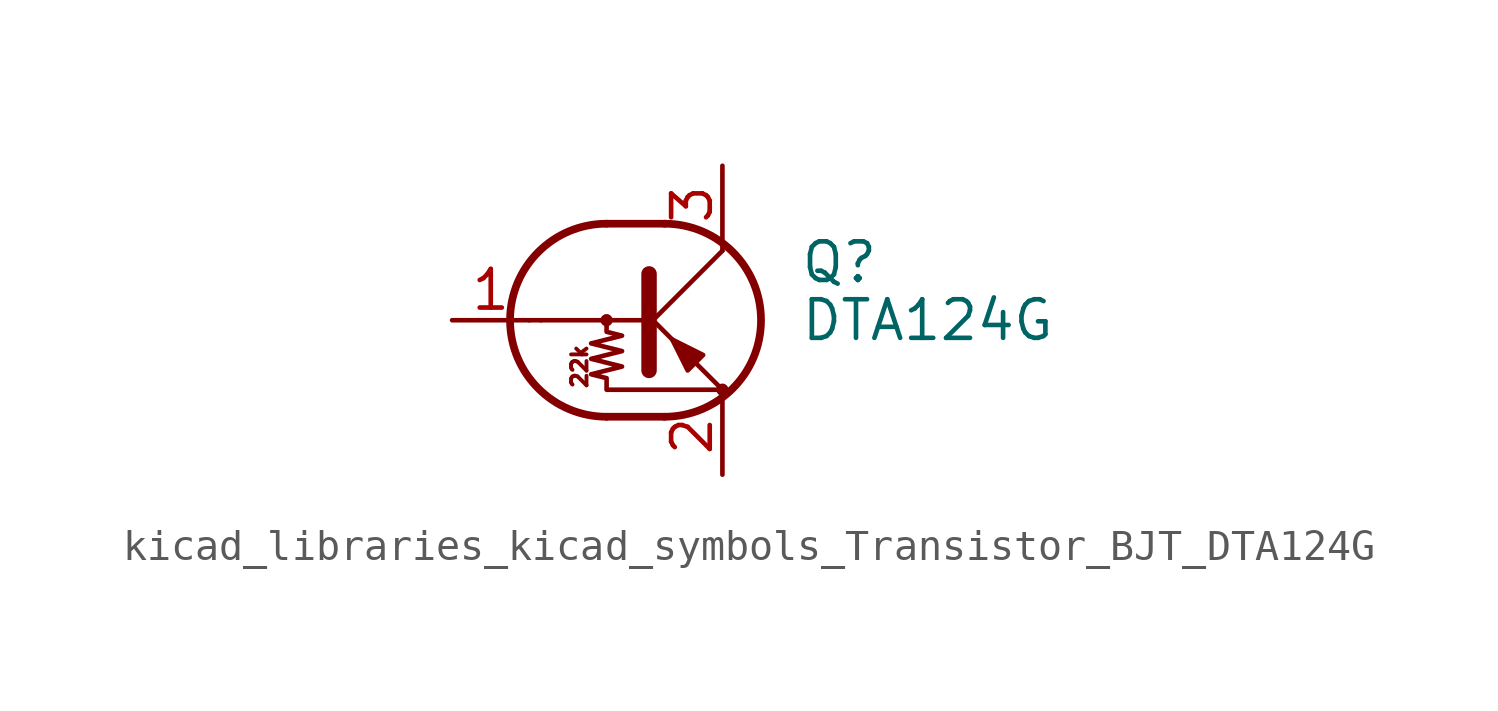
<source format=kicad_sym>
(kicad_symbol_lib
  (version 20220914)
  (generator kicad_symbol_editor)
  (symbol "kicad_libraries_kicad_symbols_Transistor_BJT_DTA124G"
    (pin_names
      (offset 0) hide)
    (property "Reference" "Q"
      (at 5.08 1.905 0)
      (effects (font (size 1.27 1.27)) (justify left)))
    (property "Value" "DTA124G"
      (at 5.08 0 0)
      (effects (font (size 1.27 1.27)) (justify left)))
    (symbol "kicad_libraries_kicad_symbols_Transistor_BJT_DTA124G_0_0"
      (polyline (pts (xy -3.429 0) (xy 0 0)) (stroke (width 0) (type default)) (fill (type none)))
      (text "22k" (at -2.159 -1.524 900) (effects (font (size 0.508 0.508)))))
    (symbol "kicad_libraries_kicad_symbols_Transistor_BJT_DTA124G_0_1"
      (circle (center -1.27 0) (radius 0.127) (stroke (width 0) (type default)) (fill (type none)))
      (arc (start -1.27 3.175) (mid -4.4312 0) (end -1.27 -3.175) (stroke (width 0.254) (type default)) (fill (type none)))
      (polyline (pts (xy -3.429 0) (xy -3.81 0)) (stroke (width 0) (type default)) (fill (type none)))
      (polyline (pts (xy -1.27 -3.175) (xy 0.635 -3.175)) (stroke (width 0.254) (type default)) (fill (type none)))
      (polyline (pts (xy -1.27 3.175) (xy 0.635 3.175)) (stroke (width 0.254) (type default)) (fill (type none)))
      (polyline (pts (xy 0 -0.254) (xy 2.54 2.286)) (stroke (width 0) (type default)) (fill (type none)))
      (polyline (pts (xy 0.127 1.524) (xy 0.127 -1.651)) (stroke (width 0.508) (type default)) (fill (type outline)))
      (polyline (pts (xy 2.54 2.286) (xy 2.54 2.54)) (stroke (width 0) (type default)) (fill (type none)))
      (polyline (pts (xy 2.54 -2.286) (xy 0 0.254) (xy 0 0.254)) (stroke (width 0) (type default)) (fill (type none)))
      (polyline (pts (xy 1.397 -1.651) (xy 1.905 -1.143) (xy 0.889 -0.635) (xy 1.397 -1.651)) (stroke (width 0) (type default)) (fill (type outline)))
      (polyline (pts (xy -1.27 0) (xy -1.27 -0.381) (xy -0.762 -0.508) (xy -1.778 -0.762) (xy -0.762 -1.016) (xy -1.778 -1.27) (xy -0.762 -1.524) (xy -1.778 -1.778) (xy -1.27 -1.905) (xy -1.27 -2.286) (xy 2.54 -2.286)) (stroke (width 0) (type default)) (fill (type none)))
      (arc (start 0.635 -3.175) (mid 3.7962 0) (end 0.635 3.175) (stroke (width 0.254) (type default)) (fill (type none)))
      (circle (center 2.54 -2.286) (radius 0.127) (stroke (width 0) (type default)) (fill (type none))))
    (symbol "kicad_libraries_kicad_symbols_Transistor_BJT_DTA124G_1_1"
      (pin input line (at -6.35 0 0) (length 2.54) (name "B" (effects (font (size 1.27 1.27)))) (number "1" (effects (font (size 1.27 1.27)))))
      (pin passive line (at 2.54 -5.08 90) (length 2.54) (name "E" (effects (font (size 1.27 1.27)))) (number "2" (effects (font (size 1.27 1.27)))))
      (pin passive line (at 2.54 5.08 270) (length 2.54) (name "C" (effects (font (size 1.27 1.27)))) (number "3" (effects (font (size 1.27 1.27))))))))
</source>
